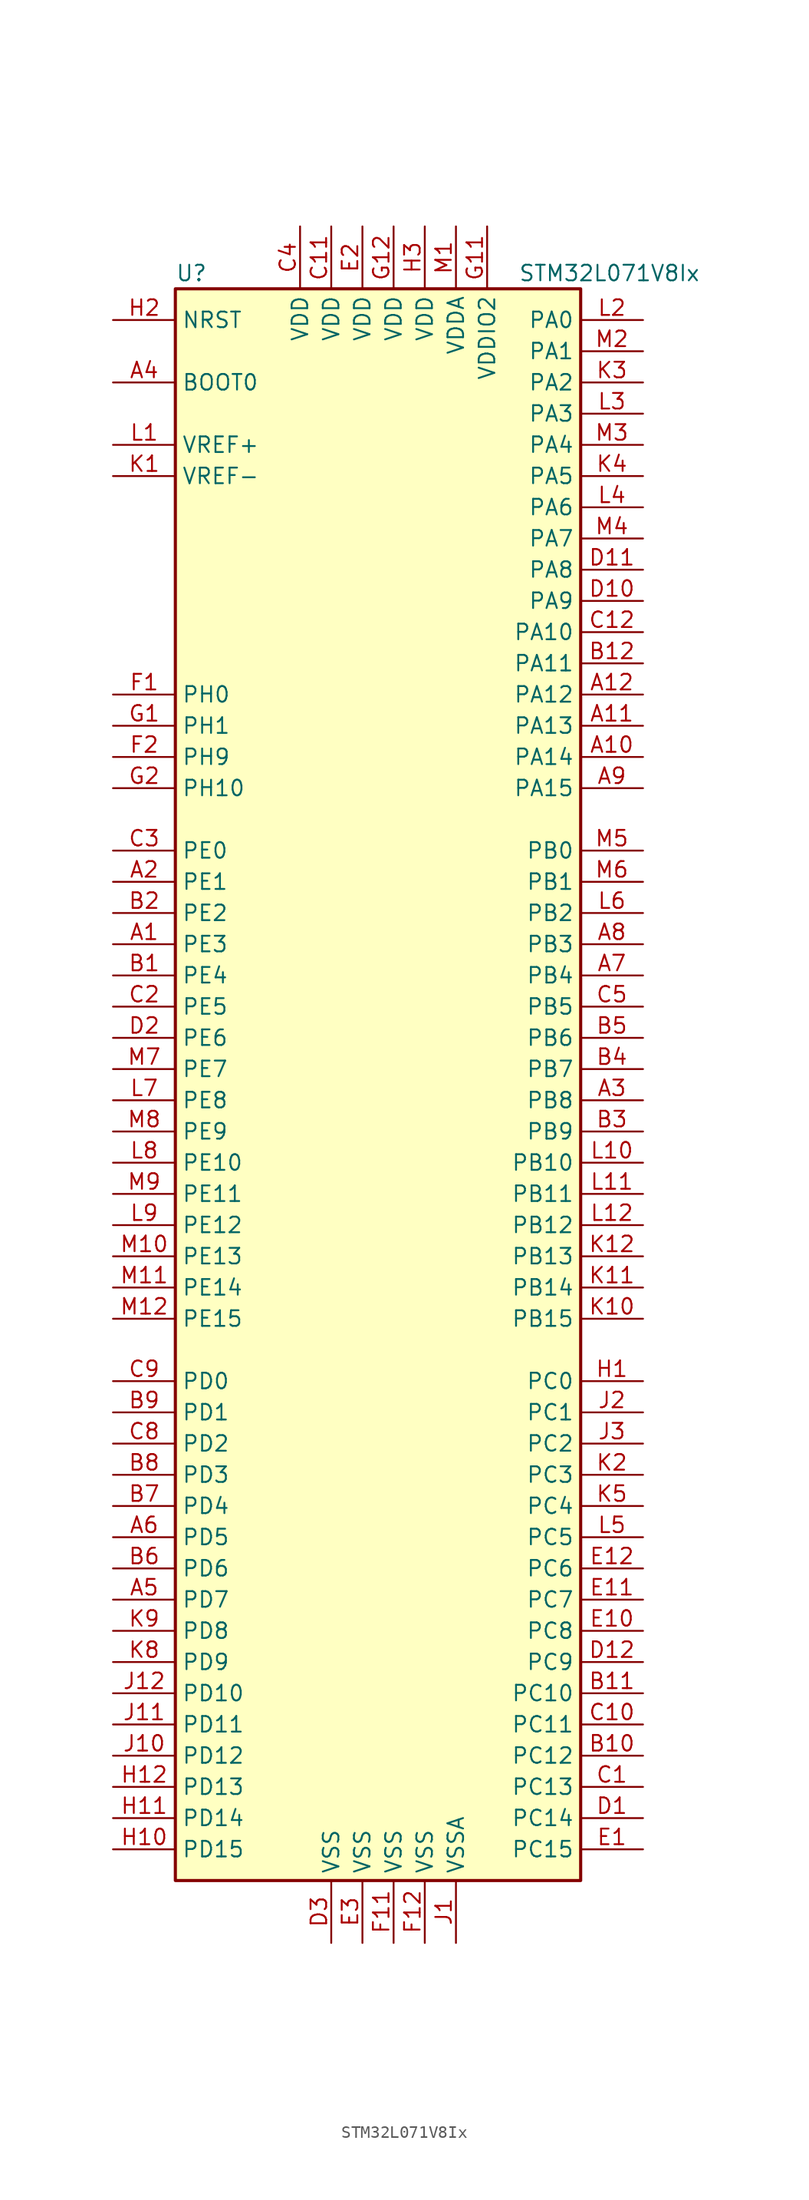
<source format=kicad_sym>
(kicad_symbol_lib
  (version 20201005)
  (generator kicad_symbol_editor)
  (symbol "STM32L071V8Ix"
    (property "Reference" "U"
      (at -17.78 64.77 0)
      (effects (font (size 1.27 1.27)) (justify left)))
    (property "Value" "STM32L071V8Ix"
      (at 10.16 64.77 0)
      (effects (font (size 1.27 1.27)) (justify left)))
    (symbol "STM32L071V8Ix_0_1"
      (rectangle (start -17.78 -66.04) (end 15.24 63.5) (stroke (width 0.254)) (fill (type background))))
    (symbol "STM32L071V8Ix_1_1"
      (pin input line (at -22.86 55.88 0) (length 5.08) (name "BOOT0" (effects (font (size 1.27 1.27)))) (number "A4" (effects (font (size 1.27 1.27)))))
      (pin input line (at -22.86 60.96 0) (length 5.08) (name "NRST" (effects (font (size 1.27 1.27)))) (number "H2" (effects (font (size 1.27 1.27)))))
      (pin bidirectional line (at 20.32 60.96 180) (length 5.08) (name "PA0" (effects (font (size 1.27 1.27)))) (number "L2" (effects (font (size 1.27 1.27)))))
      (pin bidirectional line (at 20.32 58.42 180) (length 5.08) (name "PA1" (effects (font (size 1.27 1.27)))) (number "M2" (effects (font (size 1.27 1.27)))))
      (pin bidirectional line (at 20.32 35.56 180) (length 5.08) (name "PA10" (effects (font (size 1.27 1.27)))) (number "C12" (effects (font (size 1.27 1.27)))))
      (pin bidirectional line (at 20.32 33.02 180) (length 5.08) (name "PA11" (effects (font (size 1.27 1.27)))) (number "B12" (effects (font (size 1.27 1.27)))))
      (pin bidirectional line (at 20.32 30.48 180) (length 5.08) (name "PA12" (effects (font (size 1.27 1.27)))) (number "A12" (effects (font (size 1.27 1.27)))))
      (pin bidirectional line (at 20.32 27.94 180) (length 5.08) (name "PA13" (effects (font (size 1.27 1.27)))) (number "A11" (effects (font (size 1.27 1.27)))))
      (pin bidirectional line (at 20.32 25.4 180) (length 5.08) (name "PA14" (effects (font (size 1.27 1.27)))) (number "A10" (effects (font (size 1.27 1.27)))))
      (pin bidirectional line (at 20.32 22.86 180) (length 5.08) (name "PA15" (effects (font (size 1.27 1.27)))) (number "A9" (effects (font (size 1.27 1.27)))))
      (pin bidirectional line (at 20.32 55.88 180) (length 5.08) (name "PA2" (effects (font (size 1.27 1.27)))) (number "K3" (effects (font (size 1.27 1.27)))))
      (pin bidirectional line (at 20.32 53.34 180) (length 5.08) (name "PA3" (effects (font (size 1.27 1.27)))) (number "L3" (effects (font (size 1.27 1.27)))))
      (pin bidirectional line (at 20.32 50.8 180) (length 5.08) (name "PA4" (effects (font (size 1.27 1.27)))) (number "M3" (effects (font (size 1.27 1.27)))))
      (pin bidirectional line (at 20.32 48.26 180) (length 5.08) (name "PA5" (effects (font (size 1.27 1.27)))) (number "K4" (effects (font (size 1.27 1.27)))))
      (pin bidirectional line (at 20.32 45.72 180) (length 5.08) (name "PA6" (effects (font (size 1.27 1.27)))) (number "L4" (effects (font (size 1.27 1.27)))))
      (pin bidirectional line (at 20.32 43.18 180) (length 5.08) (name "PA7" (effects (font (size 1.27 1.27)))) (number "M4" (effects (font (size 1.27 1.27)))))
      (pin bidirectional line (at 20.32 40.64 180) (length 5.08) (name "PA8" (effects (font (size 1.27 1.27)))) (number "D11" (effects (font (size 1.27 1.27)))))
      (pin bidirectional line (at 20.32 38.1 180) (length 5.08) (name "PA9" (effects (font (size 1.27 1.27)))) (number "D10" (effects (font (size 1.27 1.27)))))
      (pin bidirectional line (at 20.32 17.78 180) (length 5.08) (name "PB0" (effects (font (size 1.27 1.27)))) (number "M5" (effects (font (size 1.27 1.27)))))
      (pin bidirectional line (at 20.32 15.24 180) (length 5.08) (name "PB1" (effects (font (size 1.27 1.27)))) (number "M6" (effects (font (size 1.27 1.27)))))
      (pin bidirectional line (at 20.32 -7.62 180) (length 5.08) (name "PB10" (effects (font (size 1.27 1.27)))) (number "L10" (effects (font (size 1.27 1.27)))))
      (pin bidirectional line (at 20.32 -10.16 180) (length 5.08) (name "PB11" (effects (font (size 1.27 1.27)))) (number "L11" (effects (font (size 1.27 1.27)))))
      (pin bidirectional line (at 20.32 -12.7 180) (length 5.08) (name "PB12" (effects (font (size 1.27 1.27)))) (number "L12" (effects (font (size 1.27 1.27)))))
      (pin bidirectional line (at 20.32 -15.24 180) (length 5.08) (name "PB13" (effects (font (size 1.27 1.27)))) (number "K12" (effects (font (size 1.27 1.27)))))
      (pin bidirectional line (at 20.32 -17.78 180) (length 5.08) (name "PB14" (effects (font (size 1.27 1.27)))) (number "K11" (effects (font (size 1.27 1.27)))))
      (pin bidirectional line (at 20.32 -20.32 180) (length 5.08) (name "PB15" (effects (font (size 1.27 1.27)))) (number "K10" (effects (font (size 1.27 1.27)))))
      (pin bidirectional line (at 20.32 12.7 180) (length 5.08) (name "PB2" (effects (font (size 1.27 1.27)))) (number "L6" (effects (font (size 1.27 1.27)))))
      (pin bidirectional line (at 20.32 10.16 180) (length 5.08) (name "PB3" (effects (font (size 1.27 1.27)))) (number "A8" (effects (font (size 1.27 1.27)))))
      (pin bidirectional line (at 20.32 7.62 180) (length 5.08) (name "PB4" (effects (font (size 1.27 1.27)))) (number "A7" (effects (font (size 1.27 1.27)))))
      (pin bidirectional line (at 20.32 5.08 180) (length 5.08) (name "PB5" (effects (font (size 1.27 1.27)))) (number "C5" (effects (font (size 1.27 1.27)))))
      (pin bidirectional line (at 20.32 2.54 180) (length 5.08) (name "PB6" (effects (font (size 1.27 1.27)))) (number "B5" (effects (font (size 1.27 1.27)))))
      (pin bidirectional line (at 20.32 0 180) (length 5.08) (name "PB7" (effects (font (size 1.27 1.27)))) (number "B4" (effects (font (size 1.27 1.27)))))
      (pin bidirectional line (at 20.32 -2.54 180) (length 5.08) (name "PB8" (effects (font (size 1.27 1.27)))) (number "A3" (effects (font (size 1.27 1.27)))))
      (pin bidirectional line (at 20.32 -5.08 180) (length 5.08) (name "PB9" (effects (font (size 1.27 1.27)))) (number "B3" (effects (font (size 1.27 1.27)))))
      (pin bidirectional line (at 20.32 -25.4 180) (length 5.08) (name "PC0" (effects (font (size 1.27 1.27)))) (number "H1" (effects (font (size 1.27 1.27)))))
      (pin bidirectional line (at 20.32 -27.94 180) (length 5.08) (name "PC1" (effects (font (size 1.27 1.27)))) (number "J2" (effects (font (size 1.27 1.27)))))
      (pin bidirectional line (at 20.32 -50.8 180) (length 5.08) (name "PC10" (effects (font (size 1.27 1.27)))) (number "B11" (effects (font (size 1.27 1.27)))))
      (pin bidirectional line (at 20.32 -53.34 180) (length 5.08) (name "PC11" (effects (font (size 1.27 1.27)))) (number "C10" (effects (font (size 1.27 1.27)))))
      (pin bidirectional line (at 20.32 -55.88 180) (length 5.08) (name "PC12" (effects (font (size 1.27 1.27)))) (number "B10" (effects (font (size 1.27 1.27)))))
      (pin bidirectional line (at 20.32 -58.42 180) (length 5.08) (name "PC13" (effects (font (size 1.27 1.27)))) (number "C1" (effects (font (size 1.27 1.27)))))
      (pin bidirectional line (at 20.32 -60.96 180) (length 5.08) (name "PC14" (effects (font (size 1.27 1.27)))) (number "D1" (effects (font (size 1.27 1.27)))))
      (pin bidirectional line (at 20.32 -63.5 180) (length 5.08) (name "PC15" (effects (font (size 1.27 1.27)))) (number "E1" (effects (font (size 1.27 1.27)))))
      (pin bidirectional line (at 20.32 -30.48 180) (length 5.08) (name "PC2" (effects (font (size 1.27 1.27)))) (number "J3" (effects (font (size 1.27 1.27)))))
      (pin bidirectional line (at 20.32 -33.02 180) (length 5.08) (name "PC3" (effects (font (size 1.27 1.27)))) (number "K2" (effects (font (size 1.27 1.27)))))
      (pin bidirectional line (at 20.32 -35.56 180) (length 5.08) (name "PC4" (effects (font (size 1.27 1.27)))) (number "K5" (effects (font (size 1.27 1.27)))))
      (pin bidirectional line (at 20.32 -38.1 180) (length 5.08) (name "PC5" (effects (font (size 1.27 1.27)))) (number "L5" (effects (font (size 1.27 1.27)))))
      (pin bidirectional line (at 20.32 -40.64 180) (length 5.08) (name "PC6" (effects (font (size 1.27 1.27)))) (number "E12" (effects (font (size 1.27 1.27)))))
      (pin bidirectional line (at 20.32 -43.18 180) (length 5.08) (name "PC7" (effects (font (size 1.27 1.27)))) (number "E11" (effects (font (size 1.27 1.27)))))
      (pin bidirectional line (at 20.32 -45.72 180) (length 5.08) (name "PC8" (effects (font (size 1.27 1.27)))) (number "E10" (effects (font (size 1.27 1.27)))))
      (pin bidirectional line (at 20.32 -48.26 180) (length 5.08) (name "PC9" (effects (font (size 1.27 1.27)))) (number "D12" (effects (font (size 1.27 1.27)))))
      (pin bidirectional line (at -22.86 -25.4 0) (length 5.08) (name "PD0" (effects (font (size 1.27 1.27)))) (number "C9" (effects (font (size 1.27 1.27)))))
      (pin bidirectional line (at -22.86 -27.94 0) (length 5.08) (name "PD1" (effects (font (size 1.27 1.27)))) (number "B9" (effects (font (size 1.27 1.27)))))
      (pin bidirectional line (at -22.86 -50.8 0) (length 5.08) (name "PD10" (effects (font (size 1.27 1.27)))) (number "J12" (effects (font (size 1.27 1.27)))))
      (pin bidirectional line (at -22.86 -53.34 0) (length 5.08) (name "PD11" (effects (font (size 1.27 1.27)))) (number "J11" (effects (font (size 1.27 1.27)))))
      (pin bidirectional line (at -22.86 -55.88 0) (length 5.08) (name "PD12" (effects (font (size 1.27 1.27)))) (number "J10" (effects (font (size 1.27 1.27)))))
      (pin bidirectional line (at -22.86 -58.42 0) (length 5.08) (name "PD13" (effects (font (size 1.27 1.27)))) (number "H12" (effects (font (size 1.27 1.27)))))
      (pin bidirectional line (at -22.86 -60.96 0) (length 5.08) (name "PD14" (effects (font (size 1.27 1.27)))) (number "H11" (effects (font (size 1.27 1.27)))))
      (pin bidirectional line (at -22.86 -63.5 0) (length 5.08) (name "PD15" (effects (font (size 1.27 1.27)))) (number "H10" (effects (font (size 1.27 1.27)))))
      (pin bidirectional line (at -22.86 -30.48 0) (length 5.08) (name "PD2" (effects (font (size 1.27 1.27)))) (number "C8" (effects (font (size 1.27 1.27)))))
      (pin bidirectional line (at -22.86 -33.02 0) (length 5.08) (name "PD3" (effects (font (size 1.27 1.27)))) (number "B8" (effects (font (size 1.27 1.27)))))
      (pin bidirectional line (at -22.86 -35.56 0) (length 5.08) (name "PD4" (effects (font (size 1.27 1.27)))) (number "B7" (effects (font (size 1.27 1.27)))))
      (pin bidirectional line (at -22.86 -38.1 0) (length 5.08) (name "PD5" (effects (font (size 1.27 1.27)))) (number "A6" (effects (font (size 1.27 1.27)))))
      (pin bidirectional line (at -22.86 -40.64 0) (length 5.08) (name "PD6" (effects (font (size 1.27 1.27)))) (number "B6" (effects (font (size 1.27 1.27)))))
      (pin bidirectional line (at -22.86 -43.18 0) (length 5.08) (name "PD7" (effects (font (size 1.27 1.27)))) (number "A5" (effects (font (size 1.27 1.27)))))
      (pin bidirectional line (at -22.86 -45.72 0) (length 5.08) (name "PD8" (effects (font (size 1.27 1.27)))) (number "K9" (effects (font (size 1.27 1.27)))))
      (pin bidirectional line (at -22.86 -48.26 0) (length 5.08) (name "PD9" (effects (font (size 1.27 1.27)))) (number "K8" (effects (font (size 1.27 1.27)))))
      (pin bidirectional line (at -22.86 17.78 0) (length 5.08) (name "PE0" (effects (font (size 1.27 1.27)))) (number "C3" (effects (font (size 1.27 1.27)))))
      (pin bidirectional line (at -22.86 15.24 0) (length 5.08) (name "PE1" (effects (font (size 1.27 1.27)))) (number "A2" (effects (font (size 1.27 1.27)))))
      (pin bidirectional line (at -22.86 -7.62 0) (length 5.08) (name "PE10" (effects (font (size 1.27 1.27)))) (number "L8" (effects (font (size 1.27 1.27)))))
      (pin bidirectional line (at -22.86 -10.16 0) (length 5.08) (name "PE11" (effects (font (size 1.27 1.27)))) (number "M9" (effects (font (size 1.27 1.27)))))
      (pin bidirectional line (at -22.86 -12.7 0) (length 5.08) (name "PE12" (effects (font (size 1.27 1.27)))) (number "L9" (effects (font (size 1.27 1.27)))))
      (pin bidirectional line (at -22.86 -15.24 0) (length 5.08) (name "PE13" (effects (font (size 1.27 1.27)))) (number "M10" (effects (font (size 1.27 1.27)))))
      (pin bidirectional line (at -22.86 -17.78 0) (length 5.08) (name "PE14" (effects (font (size 1.27 1.27)))) (number "M11" (effects (font (size 1.27 1.27)))))
      (pin bidirectional line (at -22.86 -20.32 0) (length 5.08) (name "PE15" (effects (font (size 1.27 1.27)))) (number "M12" (effects (font (size 1.27 1.27)))))
      (pin bidirectional line (at -22.86 12.7 0) (length 5.08) (name "PE2" (effects (font (size 1.27 1.27)))) (number "B2" (effects (font (size 1.27 1.27)))))
      (pin bidirectional line (at -22.86 10.16 0) (length 5.08) (name "PE3" (effects (font (size 1.27 1.27)))) (number "A1" (effects (font (size 1.27 1.27)))))
      (pin bidirectional line (at -22.86 7.62 0) (length 5.08) (name "PE4" (effects (font (size 1.27 1.27)))) (number "B1" (effects (font (size 1.27 1.27)))))
      (pin bidirectional line (at -22.86 5.08 0) (length 5.08) (name "PE5" (effects (font (size 1.27 1.27)))) (number "C2" (effects (font (size 1.27 1.27)))))
      (pin bidirectional line (at -22.86 2.54 0) (length 5.08) (name "PE6" (effects (font (size 1.27 1.27)))) (number "D2" (effects (font (size 1.27 1.27)))))
      (pin bidirectional line (at -22.86 0 0) (length 5.08) (name "PE7" (effects (font (size 1.27 1.27)))) (number "M7" (effects (font (size 1.27 1.27)))))
      (pin bidirectional line (at -22.86 -2.54 0) (length 5.08) (name "PE8" (effects (font (size 1.27 1.27)))) (number "L7" (effects (font (size 1.27 1.27)))))
      (pin bidirectional line (at -22.86 -5.08 0) (length 5.08) (name "PE9" (effects (font (size 1.27 1.27)))) (number "M8" (effects (font (size 1.27 1.27)))))
      (pin input line (at -22.86 30.48 0) (length 5.08) (name "PH0" (effects (font (size 1.27 1.27)))) (number "F1" (effects (font (size 1.27 1.27)))))
      (pin input line (at -22.86 27.94 0) (length 5.08) (name "PH1" (effects (font (size 1.27 1.27)))) (number "G1" (effects (font (size 1.27 1.27)))))
      (pin bidirectional line (at -22.86 22.86 0) (length 5.08) (name "PH10" (effects (font (size 1.27 1.27)))) (number "G2" (effects (font (size 1.27 1.27)))))
      (pin bidirectional line (at -22.86 25.4 0) (length 5.08) (name "PH9" (effects (font (size 1.27 1.27)))) (number "F2" (effects (font (size 1.27 1.27)))))
      (pin power_in line (at -5.08 68.58 270) (length 5.08) (name "VDD" (effects (font (size 1.27 1.27)))) (number "C11" (effects (font (size 1.27 1.27)))))
      (pin power_in line (at -7.62 68.58 270) (length 5.08) (name "VDD" (effects (font (size 1.27 1.27)))) (number "C4" (effects (font (size 1.27 1.27)))))
      (pin power_in line (at -2.54 68.58 270) (length 5.08) (name "VDD" (effects (font (size 1.27 1.27)))) (number "E2" (effects (font (size 1.27 1.27)))))
      (pin power_in line (at 0 68.58 270) (length 5.08) (name "VDD" (effects (font (size 1.27 1.27)))) (number "G12" (effects (font (size 1.27 1.27)))))
      (pin power_in line (at 2.54 68.58 270) (length 5.08) (name "VDD" (effects (font (size 1.27 1.27)))) (number "H3" (effects (font (size 1.27 1.27)))))
      (pin power_in line (at 5.08 68.58 270) (length 5.08) (name "VDDA" (effects (font (size 1.27 1.27)))) (number "M1" (effects (font (size 1.27 1.27)))))
      (pin power_in line (at 7.62 68.58 270) (length 5.08) (name "VDDIO2" (effects (font (size 1.27 1.27)))) (number "G11" (effects (font (size 1.27 1.27)))))
      (pin power_in line (at -22.86 50.8 0) (length 5.08) (name "VREF+" (effects (font (size 1.27 1.27)))) (number "L1" (effects (font (size 1.27 1.27)))))
      (pin power_in line (at -22.86 48.26 0) (length 5.08) (name "VREF-" (effects (font (size 1.27 1.27)))) (number "K1" (effects (font (size 1.27 1.27)))))
      (pin power_in line (at -5.08 -71.12 90) (length 5.08) (name "VSS" (effects (font (size 1.27 1.27)))) (number "D3" (effects (font (size 1.27 1.27)))))
      (pin power_in line (at -2.54 -71.12 90) (length 5.08) (name "VSS" (effects (font (size 1.27 1.27)))) (number "E3" (effects (font (size 1.27 1.27)))))
      (pin power_in line (at 0 -71.12 90) (length 5.08) (name "VSS" (effects (font (size 1.27 1.27)))) (number "F11" (effects (font (size 1.27 1.27)))))
      (pin power_in line (at 2.54 -71.12 90) (length 5.08) (name "VSS" (effects (font (size 1.27 1.27)))) (number "F12" (effects (font (size 1.27 1.27)))))
      (pin power_in line (at 5.08 -71.12 90) (length 5.08) (name "VSSA" (effects (font (size 1.27 1.27)))) (number "J1" (effects (font (size 1.27 1.27))))))))
</source>
